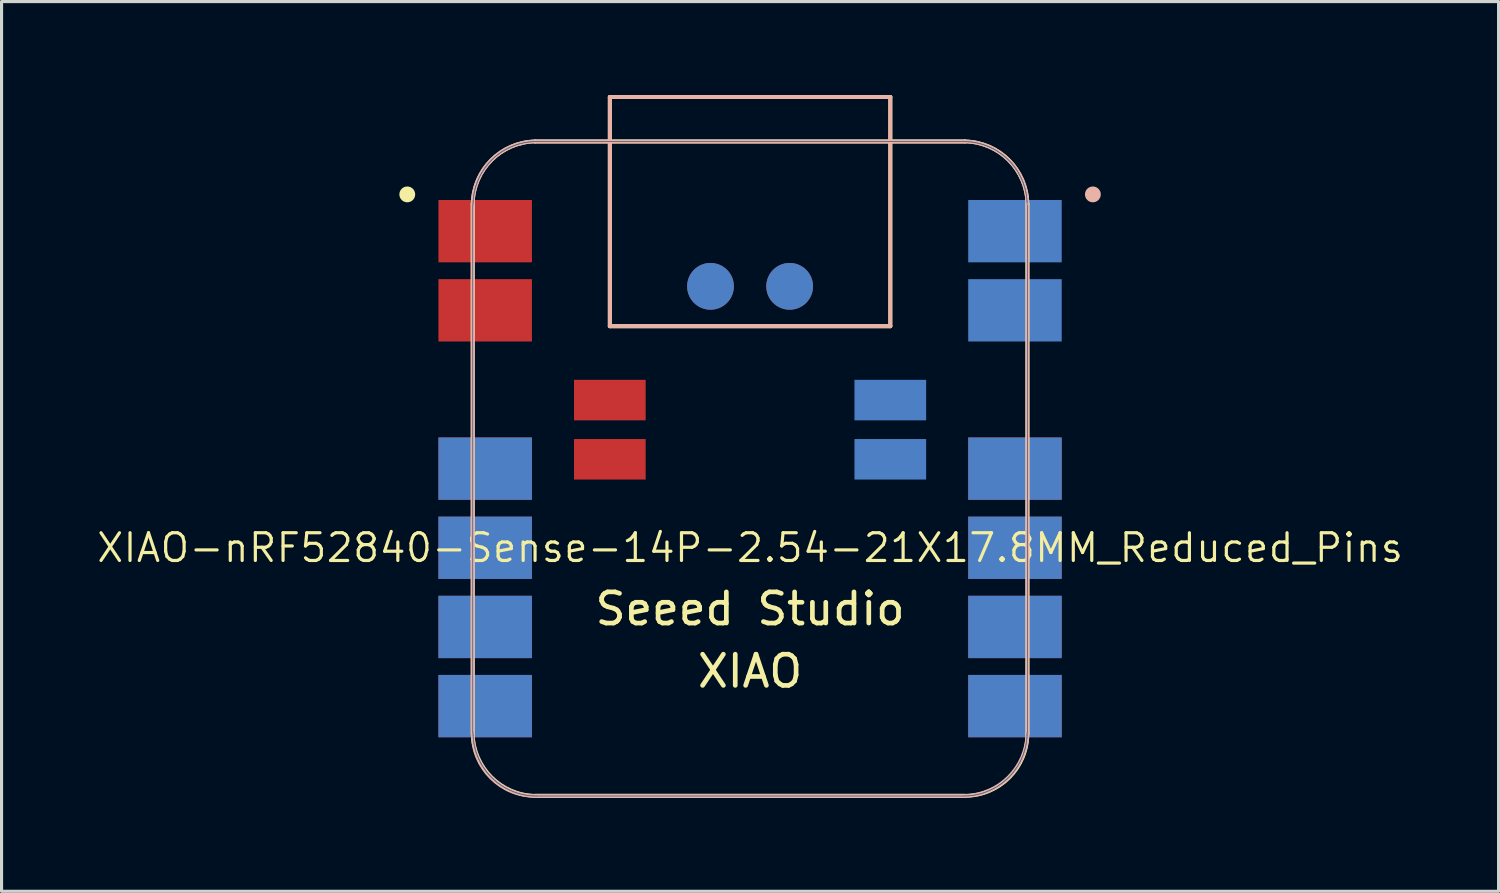
<source format=kicad_pcb>
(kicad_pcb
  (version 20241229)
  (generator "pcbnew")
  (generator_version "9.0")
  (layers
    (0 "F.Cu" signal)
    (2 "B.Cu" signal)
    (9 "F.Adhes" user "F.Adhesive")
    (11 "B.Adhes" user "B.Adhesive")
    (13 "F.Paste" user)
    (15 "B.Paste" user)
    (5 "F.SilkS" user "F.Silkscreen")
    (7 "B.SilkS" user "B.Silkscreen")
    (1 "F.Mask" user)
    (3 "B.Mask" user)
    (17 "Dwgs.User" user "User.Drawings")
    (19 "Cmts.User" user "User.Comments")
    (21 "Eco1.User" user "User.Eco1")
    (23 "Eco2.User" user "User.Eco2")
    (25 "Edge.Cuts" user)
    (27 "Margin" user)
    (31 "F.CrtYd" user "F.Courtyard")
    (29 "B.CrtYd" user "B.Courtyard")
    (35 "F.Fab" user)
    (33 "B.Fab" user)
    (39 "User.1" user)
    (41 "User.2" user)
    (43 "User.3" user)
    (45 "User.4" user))
  (footprint "XIAO-nRF52840-Sense-14P-2.54-21X17.8MM_Reduced_Pins"
    (layer "F.Cu")
    (at 21.019 11.988)
    (property "Reference" "XIAO-nRF52840-Sense-14P-2.54-21X17.8MM_Reduced_Pins" (at 0 2.54 0) (layer "F.SilkS") (effects (font (size 0.889 0.889) (thickness 0.102))))
    (attr smd)
    (fp_line (start -8.9 -8.5) (end -8.9 8.5) (stroke (width 0.127) (type solid)) (layer "F.SilkS"))
    (fp_line (start -6.9 10.5) (end 6.9 10.5) (stroke (width 0.127) (type solid)) (layer "F.SilkS"))
    (fp_line (start -4.5 -11.924) (end 4.5 -11.924) (stroke (width 0.127) (type solid)) (layer "F.SilkS"))
    (fp_line (start -4.5 -4.571) (end -4.5 -11.924) (stroke (width 0.127) (type solid)) (layer "F.SilkS"))
    (fp_line (start 4.5 -11.924) (end 4.5 -4.571) (stroke (width 0.127) (type solid)) (layer "F.SilkS"))
    (fp_line (start 4.5 -4.571) (end -4.5 -4.571) (stroke (width 0.127) (type solid)) (layer "F.SilkS"))
    (fp_line (start 6.9 -10.499) (end -6.9 -10.499) (stroke (width 0.127) (type solid)) (layer "F.SilkS"))
    (fp_line (start 8.9 8.5) (end 8.9 -8.5) (stroke (width 0.127) (type solid)) (layer "F.SilkS"))
    (fp_arc (start -8.9 -8.5) (mid -8.301491 -9.901491) (end -6.9 -10.5) (stroke (width 0.12) (type solid)) (layer "F.SilkS"))
    (fp_arc (start -6.9 10.5) (mid -8.301423 9.901423) (end -8.9 8.5) (stroke (width 0.12) (type solid)) (layer "F.SilkS"))
    (fp_arc (start 6.9 -10.5) (mid 8.301491 -9.901491) (end 8.9 -8.5) (stroke (width 0.12) (type solid)) (layer "F.SilkS"))
    (fp_arc (start 8.9 8.5) (mid 8.314214 9.914214) (end 6.9 10.5) (stroke (width 0.12) (type solid)) (layer "F.SilkS"))
    (fp_circle (center -11 -8.8) (end -11 -9.054) (stroke (width 0) (type solid)) (fill yes) (layer "F.SilkS"))
    (fp_poly (pts (xy -8.888 -8.562) (xy -8.885 -8.61) (xy -8.881 -8.659)) (stroke (width 0.025) (type solid)) (fill no) (layer "F.SilkS"))
    (fp_poly (pts (xy 8.889 8.522) (xy 8.888 8.571) (xy 8.885 8.62) (xy 8.881 8.669) (xy 8.875 8.717) (xy 8.869 8.766) (xy 8.861 8.815) (xy 8.852 8.863) (xy 8.842 8.911)) (stroke (width 0.025) (type solid)) (fill no) (layer "F.SilkS"))
    (fp_line (start -8.9 8.5) (end -8.9 -8.5) (stroke (width 0.127) (type solid)) (layer "B.SilkS"))
    (fp_line (start -6.9 -10.499) (end 6.9 -10.499) (stroke (width 0.127) (type solid)) (layer "B.SilkS"))
    (fp_line (start -4.5 -11.924) (end -4.5 -4.571) (stroke (width 0.127) (type solid)) (layer "B.SilkS"))
    (fp_line (start -4.5 -4.571) (end 4.5 -4.571) (stroke (width 0.127) (type solid)) (layer "B.SilkS"))
    (fp_line (start 4.5 -11.924) (end -4.5 -11.924) (stroke (width 0.127) (type solid)) (layer "B.SilkS"))
    (fp_line (start 4.5 -4.571) (end 4.5 -11.924) (stroke (width 0.127) (type solid)) (layer "B.SilkS"))
    (fp_line (start 6.9 10.5) (end -6.9 10.5) (stroke (width 0.127) (type solid)) (layer "B.SilkS"))
    (fp_line (start 8.9 -8.5) (end 8.9 8.5) (stroke (width 0.127) (type solid)) (layer "B.SilkS"))
    (fp_arc (start -8.9 -8.5) (mid -8.301492 -9.901492) (end -6.9 -10.5) (stroke (width 0.12) (type solid)) (layer "B.SilkS"))
    (fp_arc (start -6.9 10.5) (mid -8.314214 9.914214) (end -8.9 8.5) (stroke (width 0.12) (type solid)) (layer "B.SilkS"))
    (fp_arc (start 6.9 -10.5) (mid 8.301491 -9.901491) (end 8.9 -8.5) (stroke (width 0.12) (type solid)) (layer "B.SilkS"))
    (fp_arc (start 8.9 8.5) (mid 8.301423 9.901423) (end 6.9 10.5) (stroke (width 0.12) (type solid)) (layer "B.SilkS"))
    (fp_circle (center 11 -8.8) (end 11 -9.054) (stroke (width 0) (type solid)) (fill yes) (layer "B.SilkS"))
    (fp_poly (pts (xy 8.888 -8.562) (xy 8.885 -8.61) (xy 8.881 -8.659)) (stroke (width 0.025) (type solid)) (fill no) (layer "B.SilkS"))
    (fp_poly (pts (xy -8.889 8.522) (xy -8.888 8.571) (xy -8.885 8.62) (xy -8.881 8.669) (xy -8.875 8.717) (xy -8.869 8.766) (xy -8.861 8.815) (xy -8.852 8.863) (xy -8.842 8.911)) (stroke (width 0.025) (type solid)) (fill no) (layer "B.SilkS"))
    (fp_line (start -8.9 8.473) (end -8.9 -8.463) (stroke (width 0.025) (type solid)) (layer "B.Fab"))
    (fp_line (start -8.89 -8.463) (end -8.889 -8.512) (stroke (width 0.025) (type solid)) (layer "B.Fab"))
    (fp_line (start -8.889 -8.512) (end -8.888 -8.562) (stroke (width 0.025) (type solid)) (layer "B.Fab"))
    (fp_line (start -8.889 8.522) (end -8.89 8.473) (stroke (width 0.025) (type solid)) (layer "B.Fab"))
    (fp_line (start -8.888 -8.562) (end -8.885 -8.61) (stroke (width 0.025) (type solid)) (layer "B.Fab"))
    (fp_line (start -8.888 8.571) (end -8.889 8.522) (stroke (width 0.025) (type solid)) (layer "B.Fab"))
    (fp_line (start -8.885 -8.61) (end -8.881 -8.659) (stroke (width 0.025) (type solid)) (layer "B.Fab"))
    (fp_line (start -8.885 8.62) (end -8.888 8.571) (stroke (width 0.025) (type solid)) (layer "B.Fab"))
    (fp_line (start -8.881 -8.659) (end -8.875 -8.708) (stroke (width 0.025) (type solid)) (layer "B.Fab"))
    (fp_line (start -8.881 8.669) (end -8.885 8.62) (stroke (width 0.025) (type solid)) (layer "B.Fab"))
    (fp_line (start -8.875 -8.708) (end -8.869 -8.757) (stroke (width 0.025) (type solid)) (layer "B.Fab"))
    (fp_line (start -8.875 8.717) (end -8.881 8.669) (stroke (width 0.025) (type solid)) (layer "B.Fab"))
    (fp_line (start -8.869 -8.757) (end -8.861 -8.806) (stroke (width 0.025) (type solid)) (layer "B.Fab"))
    (fp_line (start -8.869 8.766) (end -8.875 8.717) (stroke (width 0.025) (type solid)) (layer "B.Fab"))
    (fp_line (start -8.861 -8.806) (end -8.852 -8.854) (stroke (width 0.025) (type solid)) (layer "B.Fab"))
    (fp_line (start -8.861 8.815) (end -8.869 8.766) (stroke (width 0.025) (type solid)) (layer "B.Fab"))
    (fp_line (start -8.852 -8.854) (end -8.842 -8.902) (stroke (width 0.025) (type solid)) (layer "B.Fab"))
    (fp_line (start -8.852 8.863) (end -8.861 8.815) (stroke (width 0.025) (type solid)) (layer "B.Fab"))
    (fp_line (start -8.842 -8.902) (end -8.831 -8.95) (stroke (width 0.025) (type solid)) (layer "B.Fab"))
    (fp_line (start -8.842 8.911) (end -8.852 8.863) (stroke (width 0.025) (type solid)) (layer "B.Fab"))
    (fp_line (start -8.831 -8.95) (end -8.819 -8.997) (stroke (width 0.025) (type solid)) (layer "B.Fab"))
    (fp_line (start -8.831 8.959) (end -8.842 8.911) (stroke (width 0.025) (type solid)) (layer "B.Fab"))
    (fp_line (start -8.819 -8.997) (end -8.805 -9.045) (stroke (width 0.025) (type solid)) (layer "B.Fab"))
    (fp_line (start -8.819 9.006) (end -8.831 8.959) (stroke (width 0.025) (type solid)) (layer "B.Fab"))
    (fp_line (start -8.805 -9.045) (end -8.79 -9.091) (stroke (width 0.025) (type solid)) (layer "B.Fab"))
    (fp_line (start -8.805 9.054) (end -8.819 9.006) (stroke (width 0.025) (type solid)) (layer "B.Fab"))
    (fp_line (start -8.79 -9.091) (end -8.775 -9.138) (stroke (width 0.025) (type solid)) (layer "B.Fab"))
    (fp_line (start -8.79 9.1) (end -8.805 9.054) (stroke (width 0.025) (type solid)) (layer "B.Fab"))
    (fp_line (start -8.775 -9.138) (end -8.758 -9.184) (stroke (width 0.025) (type solid)) (layer "B.Fab"))
    (fp_line (start -8.775 9.147) (end -8.79 9.1) (stroke (width 0.025) (type solid)) (layer "B.Fab"))
    (fp_line (start -8.758 -9.184) (end -8.74 -9.23) (stroke (width 0.025) (type solid)) (layer "B.Fab"))
    (fp_line (start -8.758 9.193) (end -8.775 9.147) (stroke (width 0.025) (type solid)) (layer "B.Fab"))
    (fp_line (start -8.74 -9.23) (end -8.721 -9.275) (stroke (width 0.025) (type solid)) (layer "B.Fab"))
    (fp_line (start -8.74 9.239) (end -8.758 9.193) (stroke (width 0.025) (type solid)) (layer "B.Fab"))
    (fp_line (start -8.721 -9.275) (end -8.701 -9.32) (stroke (width 0.025) (type solid)) (layer "B.Fab"))
    (fp_line (start -8.721 9.284) (end -8.74 9.239) (stroke (width 0.025) (type solid)) (layer "B.Fab"))
    (fp_line (start -8.701 -9.32) (end -8.679 -9.364) (stroke (width 0.025) (type solid)) (layer "B.Fab"))
    (fp_line (start -8.701 9.329) (end -8.721 9.284) (stroke (width 0.025) (type solid)) (layer "B.Fab"))
    (fp_line (start -8.679 -9.364) (end -8.657 -9.408) (stroke (width 0.025) (type solid)) (layer "B.Fab"))
    (fp_line (start -8.679 9.373) (end -8.701 9.329) (stroke (width 0.025) (type solid)) (layer "B.Fab"))
    (fp_line (start -8.657 -9.408) (end -8.634 -9.451) (stroke (width 0.025) (type solid)) (layer "B.Fab"))
    (fp_line (start -8.657 9.417) (end -8.679 9.373) (stroke (width 0.025) (type solid)) (layer "B.Fab"))
    (fp_line (start -8.634 -9.451) (end -8.61 -9.494) (stroke (width 0.025) (type solid)) (layer "B.Fab"))
    (fp_line (start -8.634 9.46) (end -8.657 9.417) (stroke (width 0.025) (type solid)) (layer "B.Fab"))
    (fp_line (start -8.61 -9.494) (end -8.584 -9.536) (stroke (width 0.025) (type solid)) (layer "B.Fab"))
    (fp_line (start -8.61 9.503) (end -8.634 9.46) (stroke (width 0.025) (type solid)) (layer "B.Fab"))
    (fp_line (start -8.584 -9.536) (end -8.558 -9.577) (stroke (width 0.025) (type solid)) (layer "B.Fab"))
    (fp_line (start -8.584 9.545) (end -8.61 9.503) (stroke (width 0.025) (type solid)) (layer "B.Fab"))
    (fp_line (start -8.558 -9.577) (end -8.53 -9.618) (stroke (width 0.025) (type solid)) (layer "B.Fab"))
    (fp_line (start -8.558 9.586) (end -8.584 9.545) (stroke (width 0.025) (type solid)) (layer "B.Fab"))
    (fp_line (start -8.53 -9.618) (end -8.502 -9.658) (stroke (width 0.025) (type solid)) (layer "B.Fab"))
    (fp_line (start -8.53 9.627) (end -8.558 9.586) (stroke (width 0.025) (type solid)) (layer "B.Fab"))
    (fp_line (start -8.502 -9.658) (end -8.473 -9.697) (stroke (width 0.025) (type solid)) (layer "B.Fab"))
    (fp_line (start -8.502 9.667) (end -8.53 9.627) (stroke (width 0.025) (type solid)) (layer "B.Fab"))
    (fp_line (start -8.473 -9.697) (end -8.442 -9.736) (stroke (width 0.025) (type solid)) (layer "B.Fab"))
    (fp_line (start -8.473 9.706) (end -8.502 9.667) (stroke (width 0.025) (type solid)) (layer "B.Fab"))
    (fp_line (start -8.442 -9.736) (end -8.411 -9.774) (stroke (width 0.025) (type solid)) (layer "B.Fab"))
    (fp_line (start -8.442 9.745) (end -8.473 9.706) (stroke (width 0.025) (type solid)) (layer "B.Fab"))
    (fp_line (start -8.411 -9.774) (end -8.379 -9.811) (stroke (width 0.025) (type solid)) (layer "B.Fab"))
    (fp_line (start -8.411 9.783) (end -8.442 9.745) (stroke (width 0.025) (type solid)) (layer "B.Fab"))
    (fp_line (start -8.379 -9.811) (end -8.346 -9.847) (stroke (width 0.025) (type solid)) (layer "B.Fab"))
    (fp_line (start -8.379 9.82) (end -8.411 9.783) (stroke (width 0.025) (type solid)) (layer "B.Fab"))
    (fp_line (start -8.346 -9.847) (end -8.312 -9.883) (stroke (width 0.025) (type solid)) (layer "B.Fab"))
    (fp_line (start -8.346 9.856) (end -8.379 9.82) (stroke (width 0.025) (type solid)) (layer "B.Fab"))
    (fp_line (start -8.312 -9.883) (end -8.277 -9.918) (stroke (width 0.025) (type solid)) (layer "B.Fab"))
    (fp_line (start -8.312 9.892) (end -8.346 9.856) (stroke (width 0.025) (type solid)) (layer "B.Fab"))
    (fp_line (start -8.277 -9.918) (end -8.242 -9.951) (stroke (width 0.025) (type solid)) (layer "B.Fab"))
    (fp_line (start -8.277 9.927) (end -8.312 9.892) (stroke (width 0.025) (type solid)) (layer "B.Fab"))
    (fp_line (start -8.242 -9.951) (end -8.205 -9.984) (stroke (width 0.025) (type solid)) (layer "B.Fab"))
    (fp_line (start -8.242 9.96) (end -8.277 9.927) (stroke (width 0.025) (type solid)) (layer "B.Fab"))
    (fp_line (start -8.205 -9.984) (end -8.168 -10.017) (stroke (width 0.025) (type solid)) (layer "B.Fab"))
    (fp_line (start -8.205 9.994) (end -8.242 9.96) (stroke (width 0.025) (type solid)) (layer "B.Fab"))
    (fp_line (start -8.168 -10.017) (end -8.13 -10.048) (stroke (width 0.025) (type solid)) (layer "B.Fab"))
    (fp_line (start -8.168 10.026) (end -8.205 9.994) (stroke (width 0.025) (type solid)) (layer "B.Fab"))
    (fp_line (start -8.13 -10.048) (end -8.092 -10.078) (stroke (width 0.025) (type solid)) (layer "B.Fab"))
    (fp_line (start -8.13 10.057) (end -8.168 10.026) (stroke (width 0.025) (type solid)) (layer "B.Fab"))
    (fp_line (start -8.092 -10.078) (end -8.052 -10.107) (stroke (width 0.025) (type solid)) (layer "B.Fab"))
    (fp_line (start -8.092 10.087) (end -8.13 10.057) (stroke (width 0.025) (type solid)) (layer "B.Fab"))
    (fp_line (start -8.052 -10.107) (end -8.012 -10.136) (stroke (width 0.025) (type solid)) (layer "B.Fab"))
    (fp_line (start -8.052 10.116) (end -8.092 10.087) (stroke (width 0.025) (type solid)) (layer "B.Fab"))
    (fp_line (start -8.012 -10.136) (end -7.972 -10.163) (stroke (width 0.025) (type solid)) (layer "B.Fab"))
    (fp_line (start -8.012 10.145) (end -8.052 10.116) (stroke (width 0.025) (type solid)) (layer "B.Fab"))
    (fp_line (start -7.972 -10.163) (end -7.93 -10.19) (stroke (width 0.025) (type solid)) (layer "B.Fab"))
    (fp_line (start -7.972 10.172) (end -8.012 10.145) (stroke (width 0.025) (type solid)) (layer "B.Fab"))
    (fp_line (start -7.93 -10.19) (end -7.888 -10.215) (stroke (width 0.025) (type solid)) (layer "B.Fab"))
    (fp_line (start -7.93 10.199) (end -7.972 10.172) (stroke (width 0.025) (type solid)) (layer "B.Fab"))
    (fp_line (start -7.888 -10.215) (end -7.846 -10.239) (stroke (width 0.025) (type solid)) (layer "B.Fab"))
    (fp_line (start -7.888 10.224) (end -7.93 10.199) (stroke (width 0.025) (type solid)) (layer "B.Fab"))
    (fp_line (start -7.846 -10.239) (end -7.802 -10.263) (stroke (width 0.025) (type solid)) (layer "B.Fab"))
    (fp_line (start -7.846 10.249) (end -7.888 10.224) (stroke (width 0.025) (type solid)) (layer "B.Fab"))
    (fp_line (start -7.802 -10.263) (end -7.759 -10.285) (stroke (width 0.025) (type solid)) (layer "B.Fab"))
    (fp_line (start -7.802 10.272) (end -7.846 10.249) (stroke (width 0.025) (type solid)) (layer "B.Fab"))
    (fp_line (start -7.759 -10.285) (end -7.714 -10.306) (stroke (width 0.025) (type solid)) (layer "B.Fab"))
    (fp_line (start -7.759 10.294) (end -7.802 10.272) (stroke (width 0.025) (type solid)) (layer "B.Fab"))
    (fp_line (start -7.714 -10.306) (end -7.67 -10.326) (stroke (width 0.025) (type solid)) (layer "B.Fab"))
    (fp_line (start -7.714 10.315) (end -7.759 10.294) (stroke (width 0.025) (type solid)) (layer "B.Fab"))
    (fp_line (start -7.67 -10.326) (end -7.624 -10.345) (stroke (width 0.025) (type solid)) (layer "B.Fab"))
    (fp_line (start -7.67 10.335) (end -7.714 10.315) (stroke (width 0.025) (type solid)) (layer "B.Fab"))
    (fp_line (start -7.624 -10.345) (end -7.579 -10.363) (stroke (width 0.025) (type solid)) (layer "B.Fab"))
    (fp_line (start -7.624 10.354) (end -7.67 10.335) (stroke (width 0.025) (type solid)) (layer "B.Fab"))
    (fp_line (start -7.579 -10.363) (end -7.532 -10.38) (stroke (width 0.025) (type solid)) (layer "B.Fab"))
    (fp_line (start -7.579 10.372) (end -7.624 10.354) (stroke (width 0.025) (type solid)) (layer "B.Fab"))
    (fp_line (start -7.532 -10.38) (end -7.486 -10.396) (stroke (width 0.025) (type solid)) (layer "B.Fab"))
    (fp_line (start -7.532 10.389) (end -7.579 10.372) (stroke (width 0.025) (type solid)) (layer "B.Fab"))
    (fp_line (start -7.486 -10.396) (end -7.439 -10.411) (stroke (width 0.025) (type solid)) (layer "B.Fab"))
    (fp_line (start -7.486 10.405) (end -7.532 10.389) (stroke (width 0.025) (type solid)) (layer "B.Fab"))
    (fp_line (start -7.439 -10.411) (end -7.392 -10.424) (stroke (width 0.025) (type solid)) (layer "B.Fab"))
    (fp_line (start -7.439 10.42) (end -7.486 10.405) (stroke (width 0.025) (type solid)) (layer "B.Fab"))
    (fp_line (start -7.392 -10.424) (end -7.344 -10.436) (stroke (width 0.025) (type solid)) (layer "B.Fab"))
    (fp_line (start -7.392 10.433) (end -7.439 10.42) (stroke (width 0.025) (type solid)) (layer "B.Fab"))
    (fp_line (start -7.344 -10.436) (end -7.296 -10.448) (stroke (width 0.025) (type solid)) (layer "B.Fab"))
    (fp_line (start -7.344 10.446) (end -7.392 10.433) (stroke (width 0.025) (type solid)) (layer "B.Fab"))
    (fp_line (start -7.296 -10.448) (end -7.248 -10.458) (stroke (width 0.025) (type solid)) (layer "B.Fab"))
    (fp_line (start -7.296 10.457) (end -7.344 10.446) (stroke (width 0.025) (type solid)) (layer "B.Fab"))
    (fp_line (start -7.248 -10.458) (end -7.2 -10.466) (stroke (width 0.025) (type solid)) (layer "B.Fab"))
    (fp_line (start -7.248 10.467) (end -7.296 10.457) (stroke (width 0.025) (type solid)) (layer "B.Fab"))
    (fp_line (start -7.2 -10.466) (end -7.152 -10.474) (stroke (width 0.025) (type solid)) (layer "B.Fab"))
    (fp_line (start -7.2 10.476) (end -7.248 10.467) (stroke (width 0.025) (type solid)) (layer "B.Fab"))
    (fp_line (start -7.152 -10.474) (end -7.103 -10.481) (stroke (width 0.025) (type solid)) (layer "B.Fab"))
    (fp_line (start -7.152 10.483) (end -7.2 10.476) (stroke (width 0.025) (type solid)) (layer "B.Fab"))
    (fp_line (start -7.103 -10.481) (end -7.054 -10.486) (stroke (width 0.025) (type solid)) (layer "B.Fab"))
    (fp_line (start -7.103 10.49) (end -7.152 10.483) (stroke (width 0.025) (type solid)) (layer "B.Fab"))
    (fp_line (start -7.054 -10.486) (end -7.005 -10.49) (stroke (width 0.025) (type solid)) (layer "B.Fab"))
    (fp_line (start -7.054 10.495) (end -7.103 10.49) (stroke (width 0.025) (type solid)) (layer "B.Fab"))
    (fp_line (start -7.005 -10.49) (end -6.956 -10.493) (stroke (width 0.025) (type solid)) (layer "B.Fab"))
    (fp_line (start -7.005 10.499) (end -7.054 10.495) (stroke (width 0.025) (type solid)) (layer "B.Fab"))
    (fp_line (start -6.956 -10.493) (end -6.907 -10.495) (stroke (width 0.025) (type solid)) (layer "B.Fab"))
    (fp_line (start -6.956 10.502) (end -7.005 10.499) (stroke (width 0.025) (type solid)) (layer "B.Fab"))
    (fp_line (start -6.907 -10.495) (end -6.858 -10.495) (stroke (width 0.025) (type solid)) (layer "B.Fab"))
    (fp_line (start -6.907 10.504) (end -6.956 10.502) (stroke (width 0.025) (type solid)) (layer "B.Fab"))
    (fp_line (start -6.858 -10.495) (end 6.858 -10.495) (stroke (width 0.025) (type solid)) (layer "B.Fab"))
    (fp_line (start -6.858 10.505) (end -6.907 10.504) (stroke (width 0.025) (type solid)) (layer "B.Fab"))
    (fp_line (start 6.858 -10.495) (end 6.907 -10.495) (stroke (width 0.025) (type solid)) (layer "B.Fab"))
    (fp_line (start 6.858 10.505) (end -6.858 10.505) (stroke (width 0.025) (type solid)) (layer "B.Fab"))
    (fp_line (start 6.907 -10.495) (end 6.956 -10.493) (stroke (width 0.025) (type solid)) (layer "B.Fab"))
    (fp_line (start 6.907 10.504) (end 6.858 10.505) (stroke (width 0.025) (type solid)) (layer "B.Fab"))
    (fp_line (start 6.956 -10.493) (end 7.005 -10.49) (stroke (width 0.025) (type solid)) (layer "B.Fab"))
    (fp_line (start 6.956 10.502) (end 6.907 10.504) (stroke (width 0.025) (type solid)) (layer "B.Fab"))
    (fp_line (start 7.005 -10.49) (end 7.054 -10.486) (stroke (width 0.025) (type solid)) (layer "B.Fab"))
    (fp_line (start 7.005 10.499) (end 6.956 10.502) (stroke (width 0.025) (type solid)) (layer "B.Fab"))
    (fp_line (start 7.054 -10.486) (end 7.103 -10.481) (stroke (width 0.025) (type solid)) (layer "B.Fab"))
    (fp_line (start 7.054 10.495) (end 7.005 10.499) (stroke (width 0.025) (type solid)) (layer "B.Fab"))
    (fp_line (start 7.103 -10.481) (end 7.152 -10.474) (stroke (width 0.025) (type solid)) (layer "B.Fab"))
    (fp_line (start 7.103 10.49) (end 7.054 10.495) (stroke (width 0.025) (type solid)) (layer "B.Fab"))
    (fp_line (start 7.152 -10.474) (end 7.2 -10.466) (stroke (width 0.025) (type solid)) (layer "B.Fab"))
    (fp_line (start 7.152 10.483) (end 7.103 10.49) (stroke (width 0.025) (type solid)) (layer "B.Fab"))
    (fp_line (start 7.2 -10.466) (end 7.248 -10.458) (stroke (width 0.025) (type solid)) (layer "B.Fab"))
    (fp_line (start 7.2 10.476) (end 7.152 10.483) (stroke (width 0.025) (type solid)) (layer "B.Fab"))
    (fp_line (start 7.248 -10.458) (end 7.296 -10.448) (stroke (width 0.025) (type solid)) (layer "B.Fab"))
    (fp_line (start 7.248 10.467) (end 7.2 10.476) (stroke (width 0.025) (type solid)) (layer "B.Fab"))
    (fp_line (start 7.296 -10.448) (end 7.344 -10.436) (stroke (width 0.025) (type solid)) (layer "B.Fab"))
    (fp_line (start 7.296 10.457) (end 7.248 10.467) (stroke (width 0.025) (type solid)) (layer "B.Fab"))
    (fp_line (start 7.344 -10.436) (end 7.392 -10.424) (stroke (width 0.025) (type solid)) (layer "B.Fab"))
    (fp_line (start 7.344 10.446) (end 7.296 10.457) (stroke (width 0.025) (type solid)) (layer "B.Fab"))
    (fp_line (start 7.392 -10.424) (end 7.439 -10.411) (stroke (width 0.025) (type solid)) (layer "B.Fab"))
    (fp_line (start 7.392 10.433) (end 7.344 10.446) (stroke (width 0.025) (type solid)) (layer "B.Fab"))
    (fp_line (start 7.439 -10.411) (end 7.486 -10.396) (stroke (width 0.025) (type solid)) (layer "B.Fab"))
    (fp_line (start 7.439 10.42) (end 7.392 10.433) (stroke (width 0.025) (type solid)) (layer "B.Fab"))
    (fp_line (start 7.486 -10.396) (end 7.532 -10.38) (stroke (width 0.025) (type solid)) (layer "B.Fab"))
    (fp_line (start 7.486 10.405) (end 7.439 10.42) (stroke (width 0.025) (type solid)) (layer "B.Fab"))
    (fp_line (start 7.532 -10.38) (end 7.579 -10.363) (stroke (width 0.025) (type solid)) (layer "B.Fab"))
    (fp_line (start 7.532 10.389) (end 7.486 10.405) (stroke (width 0.025) (type solid)) (layer "B.Fab"))
    (fp_line (start 7.579 -10.363) (end 7.624 -10.345) (stroke (width 0.025) (type solid)) (layer "B.Fab"))
    (fp_line (start 7.579 10.372) (end 7.532 10.389) (stroke (width 0.025) (type solid)) (layer "B.Fab"))
    (fp_line (start 7.624 -10.345) (end 7.67 -10.326) (stroke (width 0.025) (type solid)) (layer "B.Fab"))
    (fp_line (start 7.624 10.354) (end 7.579 10.372) (stroke (width 0.025) (type solid)) (layer "B.Fab"))
    (fp_line (start 7.67 -10.326) (end 7.714 -10.306) (stroke (width 0.025) (type solid)) (layer "B.Fab"))
    (fp_line (start 7.67 10.335) (end 7.624 10.354) (stroke (width 0.025) (type solid)) (layer "B.Fab"))
    (fp_line (start 7.714 -10.306) (end 7.759 -10.285) (stroke (width 0.025) (type solid)) (layer "B.Fab"))
    (fp_line (start 7.714 10.315) (end 7.67 10.335) (stroke (width 0.025) (type solid)) (layer "B.Fab"))
    (fp_line (start 7.759 -10.285) (end 7.802 -10.263) (stroke (width 0.025) (type solid)) (layer "B.Fab"))
    (fp_line (start 7.759 10.294) (end 7.714 10.315) (stroke (width 0.025) (type solid)) (layer "B.Fab"))
    (fp_line (start 7.802 -10.263) (end 7.846 -10.239) (stroke (width 0.025) (type solid)) (layer "B.Fab"))
    (fp_line (start 7.802 10.272) (end 7.759 10.294) (stroke (width 0.025) (type solid)) (layer "B.Fab"))
    (fp_line (start 7.846 -10.239) (end 7.888 -10.215) (stroke (width 0.025) (type solid)) (layer "B.Fab"))
    (fp_line (start 7.846 10.249) (end 7.802 10.272) (stroke (width 0.025) (type solid)) (layer "B.Fab"))
    (fp_line (start 7.888 -10.215) (end 7.93 -10.19) (stroke (width 0.025) (type solid)) (layer "B.Fab"))
    (fp_line (start 7.888 10.224) (end 7.846 10.249) (stroke (width 0.025) (type solid)) (layer "B.Fab"))
    (fp_line (start 7.93 -10.19) (end 7.972 -10.163) (stroke (width 0.025) (type solid)) (layer "B.Fab"))
    (fp_line (start 7.93 10.199) (end 7.888 10.224) (stroke (width 0.025) (type solid)) (layer "B.Fab"))
    (fp_line (start 7.972 -10.163) (end 8.012 -10.136) (stroke (width 0.025) (type solid)) (layer "B.Fab"))
    (fp_line (start 7.972 10.172) (end 7.93 10.199) (stroke (width 0.025) (type solid)) (layer "B.Fab"))
    (fp_line (start 8.012 -10.136) (end 8.052 -10.107) (stroke (width 0.025) (type solid)) (layer "B.Fab"))
    (fp_line (start 8.012 10.145) (end 7.972 10.172) (stroke (width 0.025) (type solid)) (layer "B.Fab"))
    (fp_line (start 8.052 -10.107) (end 8.092 -10.078) (stroke (width 0.025) (type solid)) (layer "B.Fab"))
    (fp_line (start 8.052 10.116) (end 8.012 10.145) (stroke (width 0.025) (type solid)) (layer "B.Fab"))
    (fp_line (start 8.092 -10.078) (end 8.13 -10.048) (stroke (width 0.025) (type solid)) (layer "B.Fab"))
    (fp_line (start 8.092 10.087) (end 8.052 10.116) (stroke (width 0.025) (type solid)) (layer "B.Fab"))
    (fp_line (start 8.13 -10.048) (end 8.168 -10.017) (stroke (width 0.025) (type solid)) (layer "B.Fab"))
    (fp_line (start 8.13 10.057) (end 8.092 10.087) (stroke (width 0.025) (type solid)) (layer "B.Fab"))
    (fp_line (start 8.168 -10.017) (end 8.205 -9.984) (stroke (width 0.025) (type solid)) (layer "B.Fab"))
    (fp_line (start 8.168 10.026) (end 8.13 10.057) (stroke (width 0.025) (type solid)) (layer "B.Fab"))
    (fp_line (start 8.205 -9.984) (end 8.242 -9.951) (stroke (width 0.025) (type solid)) (layer "B.Fab"))
    (fp_line (start 8.205 9.994) (end 8.168 10.026) (stroke (width 0.025) (type solid)) (layer "B.Fab"))
    (fp_line (start 8.242 -9.951) (end 8.277 -9.918) (stroke (width 0.025) (type solid)) (layer "B.Fab"))
    (fp_line (start 8.242 9.96) (end 8.205 9.994) (stroke (width 0.025) (type solid)) (layer "B.Fab"))
    (fp_line (start 8.277 -9.918) (end 8.312 -9.883) (stroke (width 0.025) (type solid)) (layer "B.Fab"))
    (fp_line (start 8.277 9.927) (end 8.242 9.96) (stroke (width 0.025) (type solid)) (layer "B.Fab"))
    (fp_line (start 8.312 -9.883) (end 8.346 -9.847) (stroke (width 0.025) (type solid)) (layer "B.Fab"))
    (fp_line (start 8.312 9.892) (end 8.277 9.927) (stroke (width 0.025) (type solid)) (layer "B.Fab"))
    (fp_line (start 8.346 -9.847) (end 8.379 -9.811) (stroke (width 0.025) (type solid)) (layer "B.Fab"))
    (fp_line (start 8.346 9.856) (end 8.312 9.892) (stroke (width 0.025) (type solid)) (layer "B.Fab"))
    (fp_line (start 8.379 -9.811) (end 8.411 -9.774) (stroke (width 0.025) (type solid)) (layer "B.Fab"))
    (fp_line (start 8.379 9.82) (end 8.346 9.856) (stroke (width 0.025) (type solid)) (layer "B.Fab"))
    (fp_line (start 8.411 -9.774) (end 8.442 -9.736) (stroke (width 0.025) (type solid)) (layer "B.Fab"))
    (fp_line (start 8.411 9.783) (end 8.379 9.82) (stroke (width 0.025) (type solid)) (layer "B.Fab"))
    (fp_line (start 8.442 -9.736) (end 8.473 -9.697) (stroke (width 0.025) (type solid)) (layer "B.Fab"))
    (fp_line (start 8.442 9.745) (end 8.411 9.783) (stroke (width 0.025) (type solid)) (layer "B.Fab"))
    (fp_line (start 8.473 -9.697) (end 8.502 -9.658) (stroke (width 0.025) (type solid)) (layer "B.Fab"))
    (fp_line (start 8.473 9.706) (end 8.442 9.745) (stroke (width 0.025) (type solid)) (layer "B.Fab"))
    (fp_line (start 8.502 -9.658) (end 8.53 -9.618) (stroke (width 0.025) (type solid)) (layer "B.Fab"))
    (fp_line (start 8.502 9.667) (end 8.473 9.706) (stroke (width 0.025) (type solid)) (layer "B.Fab"))
    (fp_line (start 8.53 -9.618) (end 8.558 -9.577) (stroke (width 0.025) (type solid)) (layer "B.Fab"))
    (fp_line (start 8.53 9.627) (end 8.502 9.667) (stroke (width 0.025) (type solid)) (layer "B.Fab"))
    (fp_line (start 8.558 -9.577) (end 8.584 -9.536) (stroke (width 0.025) (type solid)) (layer "B.Fab"))
    (fp_line (start 8.558 9.586) (end 8.53 9.627) (stroke (width 0.025) (type solid)) (layer "B.Fab"))
    (fp_line (start 8.584 -9.536) (end 8.61 -9.494) (stroke (width 0.025) (type solid)) (layer "B.Fab"))
    (fp_line (start 8.584 9.545) (end 8.558 9.586) (stroke (width 0.025) (type solid)) (layer "B.Fab"))
    (fp_line (start 8.61 -9.494) (end 8.634 -9.451) (stroke (width 0.025) (type solid)) (layer "B.Fab"))
    (fp_line (start 8.61 9.503) (end 8.584 9.545) (stroke (width 0.025) (type solid)) (layer "B.Fab"))
    (fp_line (start 8.634 -9.451) (end 8.657 -9.408) (stroke (width 0.025) (type solid)) (layer "B.Fab"))
    (fp_line (start 8.634 9.46) (end 8.61 9.503) (stroke (width 0.025) (type solid)) (layer "B.Fab"))
    (fp_line (start 8.657 -9.408) (end 8.679 -9.364) (stroke (width 0.025) (type solid)) (layer "B.Fab"))
    (fp_line (start 8.657 9.417) (end 8.634 9.46) (stroke (width 0.025) (type solid)) (layer "B.Fab"))
    (fp_line (start 8.679 -9.364) (end 8.701 -9.32) (stroke (width 0.025) (type solid)) (layer "B.Fab"))
    (fp_line (start 8.679 9.373) (end 8.657 9.417) (stroke (width 0.025) (type solid)) (layer "B.Fab"))
    (fp_line (start 8.701 -9.32) (end 8.721 -9.275) (stroke (width 0.025) (type solid)) (layer "B.Fab"))
    (fp_line (start 8.701 9.329) (end 8.679 9.373) (stroke (width 0.025) (type solid)) (layer "B.Fab"))
    (fp_line (start 8.721 -9.275) (end 8.74 -9.23) (stroke (width 0.025) (type solid)) (layer "B.Fab"))
    (fp_line (start 8.721 9.284) (end 8.701 9.329) (stroke (width 0.025) (type solid)) (layer "B.Fab"))
    (fp_line (start 8.74 -9.23) (end 8.758 -9.184) (stroke (width 0.025) (type solid)) (layer "B.Fab"))
    (fp_line (start 8.74 9.239) (end 8.721 9.284) (stroke (width 0.025) (type solid)) (layer "B.Fab"))
    (fp_line (start 8.758 -9.184) (end 8.775 -9.138) (stroke (width 0.025) (type solid)) (layer "B.Fab"))
    (fp_line (start 8.758 9.193) (end 8.74 9.239) (stroke (width 0.025) (type solid)) (layer "B.Fab"))
    (fp_line (start 8.775 -9.138) (end 8.79 -9.091) (stroke (width 0.025) (type solid)) (layer "B.Fab"))
    (fp_line (start 8.775 9.147) (end 8.758 9.193) (stroke (width 0.025) (type solid)) (layer "B.Fab"))
    (fp_line (start 8.79 -9.091) (end 8.805 -9.045) (stroke (width 0.025) (type solid)) (layer "B.Fab"))
    (fp_line (start 8.79 9.1) (end 8.775 9.147) (stroke (width 0.025) (type solid)) (layer "B.Fab"))
    (fp_line (start 8.805 -9.045) (end 8.819 -8.997) (stroke (width 0.025) (type solid)) (layer "B.Fab"))
    (fp_line (start 8.805 9.054) (end 8.79 9.1) (stroke (width 0.025) (type solid)) (layer "B.Fab"))
    (fp_line (start 8.819 -8.997) (end 8.831 -8.95) (stroke (width 0.025) (type solid)) (layer "B.Fab"))
    (fp_line (start 8.819 9.006) (end 8.805 9.054) (stroke (width 0.025) (type solid)) (layer "B.Fab"))
    (fp_line (start 8.831 -8.95) (end 8.842 -8.902) (stroke (width 0.025) (type solid)) (layer "B.Fab"))
    (fp_line (start 8.831 8.959) (end 8.819 9.006) (stroke (width 0.025) (type solid)) (layer "B.Fab"))
    (fp_line (start 8.842 -8.902) (end 8.852 -8.854) (stroke (width 0.025) (type solid)) (layer "B.Fab"))
    (fp_line (start 8.842 8.911) (end 8.831 8.959) (stroke (width 0.025) (type solid)) (layer "B.Fab"))
    (fp_line (start 8.852 -8.854) (end 8.861 -8.806) (stroke (width 0.025) (type solid)) (layer "B.Fab"))
    (fp_line (start 8.852 8.863) (end 8.842 8.911) (stroke (width 0.025) (type solid)) (layer "B.Fab"))
    (fp_line (start 8.861 -8.806) (end 8.869 -8.757) (stroke (width 0.025) (type solid)) (layer "B.Fab"))
    (fp_line (start 8.861 8.815) (end 8.852 8.863) (stroke (width 0.025) (type solid)) (layer "B.Fab"))
    (fp_line (start 8.869 -8.757) (end 8.875 -8.708) (stroke (width 0.025) (type solid)) (layer "B.Fab"))
    (fp_line (start 8.869 8.766) (end 8.861 8.815) (stroke (width 0.025) (type solid)) (layer "B.Fab"))
    (fp_line (start 8.875 -8.708) (end 8.881 -8.659) (stroke (width 0.025) (type solid)) (layer "B.Fab"))
    (fp_line (start 8.875 8.717) (end 8.869 8.766) (stroke (width 0.025) (type solid)) (layer "B.Fab"))
    (fp_line (start 8.881 -8.659) (end 8.885 -8.61) (stroke (width 0.025) (type solid)) (layer "B.Fab"))
    (fp_line (start 8.881 8.669) (end 8.875 8.717) (stroke (width 0.025) (type solid)) (layer "B.Fab"))
    (fp_line (start 8.885 -8.61) (end 8.888 -8.562) (stroke (width 0.025) (type solid)) (layer "B.Fab"))
    (fp_line (start 8.885 8.62) (end 8.881 8.669) (stroke (width 0.025) (type solid)) (layer "B.Fab"))
    (fp_line (start 8.888 -8.562) (end 8.889 -8.512) (stroke (width 0.025) (type solid)) (layer "B.Fab"))
    (fp_line (start 8.888 8.571) (end 8.885 8.62) (stroke (width 0.025) (type solid)) (layer "B.Fab"))
    (fp_line (start 8.889 8.522) (end 8.888 8.571) (stroke (width 0.025) (type solid)) (layer "B.Fab"))
    (fp_line (start 8.89 8.473) (end 8.889 8.522) (stroke (width 0.025) (type solid)) (layer "B.Fab"))
    (fp_line (start 8.9 -8.463) (end 8.9 8.473) (stroke (width 0.025) (type solid)) (layer "B.Fab"))
    (fp_line (start -8.9 -8.463) (end -8.9 8.473) (stroke (width 0.025) (type solid)) (layer "F.Fab"))
    (fp_line (start -8.89 8.473) (end -8.889 8.522) (stroke (width 0.025) (type solid)) (layer "F.Fab"))
    (fp_line (start -8.889 8.522) (end -8.888 8.571) (stroke (width 0.025) (type solid)) (layer "F.Fab"))
    (fp_line (start -8.888 -8.562) (end -8.889 -8.512) (stroke (width 0.025) (type solid)) (layer "F.Fab"))
    (fp_line (start -8.888 8.571) (end -8.885 8.62) (stroke (width 0.025) (type solid)) (layer "F.Fab"))
    (fp_line (start -8.885 -8.61) (end -8.888 -8.562) (stroke (width 0.025) (type solid)) (layer "F.Fab"))
    (fp_line (start -8.885 8.62) (end -8.881 8.669) (stroke (width 0.025) (type solid)) (layer "F.Fab"))
    (fp_line (start -8.881 -8.659) (end -8.885 -8.61) (stroke (width 0.025) (type solid)) (layer "F.Fab"))
    (fp_line (start -8.881 8.669) (end -8.875 8.717) (stroke (width 0.025) (type solid)) (layer "F.Fab"))
    (fp_line (start -8.875 -8.708) (end -8.881 -8.659) (stroke (width 0.025) (type solid)) (layer "F.Fab"))
    (fp_line (start -8.875 8.717) (end -8.869 8.766) (stroke (width 0.025) (type solid)) (layer "F.Fab"))
    (fp_line (start -8.869 -8.757) (end -8.875 -8.708) (stroke (width 0.025) (type solid)) (layer "F.Fab"))
    (fp_line (start -8.869 8.766) (end -8.861 8.815) (stroke (width 0.025) (type solid)) (layer "F.Fab"))
    (fp_line (start -8.861 -8.806) (end -8.869 -8.757) (stroke (width 0.025) (type solid)) (layer "F.Fab"))
    (fp_line (start -8.861 8.815) (end -8.852 8.863) (stroke (width 0.025) (type solid)) (layer "F.Fab"))
    (fp_line (start -8.852 -8.854) (end -8.861 -8.806) (stroke (width 0.025) (type solid)) (layer "F.Fab"))
    (fp_line (start -8.852 8.863) (end -8.842 8.911) (stroke (width 0.025) (type solid)) (layer "F.Fab"))
    (fp_line (start -8.842 -8.902) (end -8.852 -8.854) (stroke (width 0.025) (type solid)) (layer "F.Fab"))
    (fp_line (start -8.842 8.911) (end -8.831 8.959) (stroke (width 0.025) (type solid)) (layer "F.Fab"))
    (fp_line (start -8.831 -8.95) (end -8.842 -8.902) (stroke (width 0.025) (type solid)) (layer "F.Fab"))
    (fp_line (start -8.831 8.959) (end -8.819 9.006) (stroke (width 0.025) (type solid)) (layer "F.Fab"))
    (fp_line (start -8.819 -8.997) (end -8.831 -8.95) (stroke (width 0.025) (type solid)) (layer "F.Fab"))
    (fp_line (start -8.819 9.006) (end -8.805 9.054) (stroke (width 0.025) (type solid)) (layer "F.Fab"))
    (fp_line (start -8.805 -9.045) (end -8.819 -8.997) (stroke (width 0.025) (type solid)) (layer "F.Fab"))
    (fp_line (start -8.805 9.054) (end -8.79 9.1) (stroke (width 0.025) (type solid)) (layer "F.Fab"))
    (fp_line (start -8.79 -9.091) (end -8.805 -9.045) (stroke (width 0.025) (type solid)) (layer "F.Fab"))
    (fp_line (start -8.79 9.1) (end -8.775 9.147) (stroke (width 0.025) (type solid)) (layer "F.Fab"))
    (fp_line (start -8.775 -9.138) (end -8.79 -9.091) (stroke (width 0.025) (type solid)) (layer "F.Fab"))
    (fp_line (start -8.775 9.147) (end -8.758 9.193) (stroke (width 0.025) (type solid)) (layer "F.Fab"))
    (fp_line (start -8.758 -9.184) (end -8.775 -9.138) (stroke (width 0.025) (type solid)) (layer "F.Fab"))
    (fp_line (start -8.758 9.193) (end -8.74 9.239) (stroke (width 0.025) (type solid)) (layer "F.Fab"))
    (fp_line (start -8.74 -9.23) (end -8.758 -9.184) (stroke (width 0.025) (type solid)) (layer "F.Fab"))
    (fp_line (start -8.74 9.239) (end -8.721 9.284) (stroke (width 0.025) (type solid)) (layer "F.Fab"))
    (fp_line (start -8.721 -9.275) (end -8.74 -9.23) (stroke (width 0.025) (type solid)) (layer "F.Fab"))
    (fp_line (start -8.721 9.284) (end -8.701 9.329) (stroke (width 0.025) (type solid)) (layer "F.Fab"))
    (fp_line (start -8.701 -9.32) (end -8.721 -9.275) (stroke (width 0.025) (type solid)) (layer "F.Fab"))
    (fp_line (start -8.701 9.329) (end -8.679 9.373) (stroke (width 0.025) (type solid)) (layer "F.Fab"))
    (fp_line (start -8.679 -9.364) (end -8.701 -9.32) (stroke (width 0.025) (type solid)) (layer "F.Fab"))
    (fp_line (start -8.679 9.373) (end -8.657 9.417) (stroke (width 0.025) (type solid)) (layer "F.Fab"))
    (fp_line (start -8.657 -9.408) (end -8.679 -9.364) (stroke (width 0.025) (type solid)) (layer "F.Fab"))
    (fp_line (start -8.657 9.417) (end -8.634 9.46) (stroke (width 0.025) (type solid)) (layer "F.Fab"))
    (fp_line (start -8.634 -9.451) (end -8.657 -9.408) (stroke (width 0.025) (type solid)) (layer "F.Fab"))
    (fp_line (start -8.634 9.46) (end -8.61 9.503) (stroke (width 0.025) (type solid)) (layer "F.Fab"))
    (fp_line (start -8.61 -9.494) (end -8.634 -9.451) (stroke (width 0.025) (type solid)) (layer "F.Fab"))
    (fp_line (start -8.61 9.503) (end -8.584 9.545) (stroke (width 0.025) (type solid)) (layer "F.Fab"))
    (fp_line (start -8.584 -9.536) (end -8.61 -9.494) (stroke (width 0.025) (type solid)) (layer "F.Fab"))
    (fp_line (start -8.584 9.545) (end -8.558 9.586) (stroke (width 0.025) (type solid)) (layer "F.Fab"))
    (fp_line (start -8.558 -9.577) (end -8.584 -9.536) (stroke (width 0.025) (type solid)) (layer "F.Fab"))
    (fp_line (start -8.558 9.586) (end -8.53 9.627) (stroke (width 0.025) (type solid)) (layer "F.Fab"))
    (fp_line (start -8.53 -9.618) (end -8.558 -9.577) (stroke (width 0.025) (type solid)) (layer "F.Fab"))
    (fp_line (start -8.53 9.627) (end -8.502 9.667) (stroke (width 0.025) (type solid)) (layer "F.Fab"))
    (fp_line (start -8.502 -9.658) (end -8.53 -9.618) (stroke (width 0.025) (type solid)) (layer "F.Fab"))
    (fp_line (start -8.502 9.667) (end -8.473 9.706) (stroke (width 0.025) (type solid)) (layer "F.Fab"))
    (fp_line (start -8.473 -9.697) (end -8.502 -9.658) (stroke (width 0.025) (type solid)) (layer "F.Fab"))
    (fp_line (start -8.473 9.706) (end -8.442 9.745) (stroke (width 0.025) (type solid)) (layer "F.Fab"))
    (fp_line (start -8.442 -9.736) (end -8.473 -9.697) (stroke (width 0.025) (type solid)) (layer "F.Fab"))
    (fp_line (start -8.442 9.745) (end -8.411 9.783) (stroke (width 0.025) (type solid)) (layer "F.Fab"))
    (fp_line (start -8.411 -9.774) (end -8.442 -9.736) (stroke (width 0.025) (type solid)) (layer "F.Fab"))
    (fp_line (start -8.411 9.783) (end -8.379 9.82) (stroke (width 0.025) (type solid)) (layer "F.Fab"))
    (fp_line (start -8.379 -9.811) (end -8.411 -9.774) (stroke (width 0.025) (type solid)) (layer "F.Fab"))
    (fp_line (start -8.379 9.82) (end -8.346 9.856) (stroke (width 0.025) (type solid)) (layer "F.Fab"))
    (fp_line (start -8.346 -9.847) (end -8.379 -9.811) (stroke (width 0.025) (type solid)) (layer "F.Fab"))
    (fp_line (start -8.346 9.856) (end -8.312 9.892) (stroke (width 0.025) (type solid)) (layer "F.Fab"))
    (fp_line (start -8.312 -9.883) (end -8.346 -9.847) (stroke (width 0.025) (type solid)) (layer "F.Fab"))
    (fp_line (start -8.312 9.892) (end -8.277 9.927) (stroke (width 0.025) (type solid)) (layer "F.Fab"))
    (fp_line (start -8.277 -9.918) (end -8.312 -9.883) (stroke (width 0.025) (type solid)) (layer "F.Fab"))
    (fp_line (start -8.277 9.927) (end -8.242 9.96) (stroke (width 0.025) (type solid)) (layer "F.Fab"))
    (fp_line (start -8.242 -9.951) (end -8.277 -9.918) (stroke (width 0.025) (type solid)) (layer "F.Fab"))
    (fp_line (start -8.242 9.96) (end -8.205 9.994) (stroke (width 0.025) (type solid)) (layer "F.Fab"))
    (fp_line (start -8.205 -9.984) (end -8.242 -9.951) (stroke (width 0.025) (type solid)) (layer "F.Fab"))
    (fp_line (start -8.205 9.994) (end -8.168 10.026) (stroke (width 0.025) (type solid)) (layer "F.Fab"))
    (fp_line (start -8.168 -10.017) (end -8.205 -9.984) (stroke (width 0.025) (type solid)) (layer "F.Fab"))
    (fp_line (start -8.168 10.026) (end -8.13 10.057) (stroke (width 0.025) (type solid)) (layer "F.Fab"))
    (fp_line (start -8.13 -10.048) (end -8.168 -10.017) (stroke (width 0.025) (type solid)) (layer "F.Fab"))
    (fp_line (start -8.13 10.057) (end -8.092 10.087) (stroke (width 0.025) (type solid)) (layer "F.Fab"))
    (fp_line (start -8.092 -10.078) (end -8.13 -10.048) (stroke (width 0.025) (type solid)) (layer "F.Fab"))
    (fp_line (start -8.092 10.087) (end -8.052 10.116) (stroke (width 0.025) (type solid)) (layer "F.Fab"))
    (fp_line (start -8.052 -10.107) (end -8.092 -10.078) (stroke (width 0.025) (type solid)) (layer "F.Fab"))
    (fp_line (start -8.052 10.116) (end -8.012 10.145) (stroke (width 0.025) (type solid)) (layer "F.Fab"))
    (fp_line (start -8.012 -10.136) (end -8.052 -10.107) (stroke (width 0.025) (type solid)) (layer "F.Fab"))
    (fp_line (start -8.012 10.145) (end -7.972 10.172) (stroke (width 0.025) (type solid)) (layer "F.Fab"))
    (fp_line (start -7.972 -10.163) (end -8.012 -10.136) (stroke (width 0.025) (type solid)) (layer "F.Fab"))
    (fp_line (start -7.972 10.172) (end -7.93 10.199) (stroke (width 0.025) (type solid)) (layer "F.Fab"))
    (fp_line (start -7.93 -10.19) (end -7.972 -10.163) (stroke (width 0.025) (type solid)) (layer "F.Fab"))
    (fp_line (start -7.93 10.199) (end -7.888 10.224) (stroke (width 0.025) (type solid)) (layer "F.Fab"))
    (fp_line (start -7.888 -10.215) (end -7.93 -10.19) (stroke (width 0.025) (type solid)) (layer "F.Fab"))
    (fp_line (start -7.888 10.224) (end -7.846 10.249) (stroke (width 0.025) (type solid)) (layer "F.Fab"))
    (fp_line (start -7.846 -10.239) (end -7.888 -10.215) (stroke (width 0.025) (type solid)) (layer "F.Fab"))
    (fp_line (start -7.846 10.249) (end -7.802 10.272) (stroke (width 0.025) (type solid)) (layer "F.Fab"))
    (fp_line (start -7.802 -10.263) (end -7.846 -10.239) (stroke (width 0.025) (type solid)) (layer "F.Fab"))
    (fp_line (start -7.802 10.272) (end -7.759 10.294) (stroke (width 0.025) (type solid)) (layer "F.Fab"))
    (fp_line (start -7.759 -10.285) (end -7.802 -10.263) (stroke (width 0.025) (type solid)) (layer "F.Fab"))
    (fp_line (start -7.759 10.294) (end -7.714 10.315) (stroke (width 0.025) (type solid)) (layer "F.Fab"))
    (fp_line (start -7.714 -10.306) (end -7.759 -10.285) (stroke (width 0.025) (type solid)) (layer "F.Fab"))
    (fp_line (start -7.714 10.315) (end -7.67 10.335) (stroke (width 0.025) (type solid)) (layer "F.Fab"))
    (fp_line (start -7.67 -10.326) (end -7.714 -10.306) (stroke (width 0.025) (type solid)) (layer "F.Fab"))
    (fp_line (start -7.67 10.335) (end -7.624 10.354) (stroke (width 0.025) (type solid)) (layer "F.Fab"))
    (fp_line (start -7.624 -10.345) (end -7.67 -10.326) (stroke (width 0.025) (type solid)) (layer "F.Fab"))
    (fp_line (start -7.624 10.354) (end -7.579 10.372) (stroke (width 0.025) (type solid)) (layer "F.Fab"))
    (fp_line (start -7.579 -10.363) (end -7.624 -10.345) (stroke (width 0.025) (type solid)) (layer "F.Fab"))
    (fp_line (start -7.579 10.372) (end -7.532 10.389) (stroke (width 0.025) (type solid)) (layer "F.Fab"))
    (fp_line (start -7.532 -10.38) (end -7.579 -10.363) (stroke (width 0.025) (type solid)) (layer "F.Fab"))
    (fp_line (start -7.532 10.389) (end -7.486 10.405) (stroke (width 0.025) (type solid)) (layer "F.Fab"))
    (fp_line (start -7.486 -10.396) (end -7.532 -10.38) (stroke (width 0.025) (type solid)) (layer "F.Fab"))
    (fp_line (start -7.486 10.405) (end -7.439 10.42) (stroke (width 0.025) (type solid)) (layer "F.Fab"))
    (fp_line (start -7.439 -10.411) (end -7.486 -10.396) (stroke (width 0.025) (type solid)) (layer "F.Fab"))
    (fp_line (start -7.439 10.42) (end -7.392 10.433) (stroke (width 0.025) (type solid)) (layer "F.Fab"))
    (fp_line (start -7.392 -10.424) (end -7.439 -10.411) (stroke (width 0.025) (type solid)) (layer "F.Fab"))
    (fp_line (start -7.392 10.433) (end -7.344 10.446) (stroke (width 0.025) (type solid)) (layer "F.Fab"))
    (fp_line (start -7.344 -10.436) (end -7.392 -10.424) (stroke (width 0.025) (type solid)) (layer "F.Fab"))
    (fp_line (start -7.344 10.446) (end -7.296 10.457) (stroke (width 0.025) (type solid)) (layer "F.Fab"))
    (fp_line (start -7.296 -10.448) (end -7.344 -10.436) (stroke (width 0.025) (type solid)) (layer "F.Fab"))
    (fp_line (start -7.296 10.457) (end -7.248 10.467) (stroke (width 0.025) (type solid)) (layer "F.Fab"))
    (fp_line (start -7.248 -10.458) (end -7.296 -10.448) (stroke (width 0.025) (type solid)) (layer "F.Fab"))
    (fp_line (start -7.248 10.467) (end -7.2 10.476) (stroke (width 0.025) (type solid)) (layer "F.Fab"))
    (fp_line (start -7.2 -10.466) (end -7.248 -10.458) (stroke (width 0.025) (type solid)) (layer "F.Fab"))
    (fp_line (start -7.2 10.476) (end -7.152 10.483) (stroke (width 0.025) (type solid)) (layer "F.Fab"))
    (fp_line (start -7.152 -10.474) (end -7.2 -10.466) (stroke (width 0.025) (type solid)) (layer "F.Fab"))
    (fp_line (start -7.152 10.483) (end -7.103 10.49) (stroke (width 0.025) (type solid)) (layer "F.Fab"))
    (fp_line (start -7.103 -10.481) (end -7.152 -10.474) (stroke (width 0.025) (type solid)) (layer "F.Fab"))
    (fp_line (start -7.103 10.49) (end -7.054 10.495) (stroke (width 0.025) (type solid)) (layer "F.Fab"))
    (fp_line (start -7.054 -10.486) (end -7.103 -10.481) (stroke (width 0.025) (type solid)) (layer "F.Fab"))
    (fp_line (start -7.054 10.495) (end -7.005 10.499) (stroke (width 0.025) (type solid)) (layer "F.Fab"))
    (fp_line (start -7.005 -10.49) (end -7.054 -10.486) (stroke (width 0.025) (type solid)) (layer "F.Fab"))
    (fp_line (start -7.005 10.499) (end -6.956 10.502) (stroke (width 0.025) (type solid)) (layer "F.Fab"))
    (fp_line (start -6.956 -10.493) (end -7.005 -10.49) (stroke (width 0.025) (type solid)) (layer "F.Fab"))
    (fp_line (start -6.956 10.502) (end -6.907 10.504) (stroke (width 0.025) (type solid)) (layer "F.Fab"))
    (fp_line (start -6.907 -10.495) (end -6.956 -10.493) (stroke (width 0.025) (type solid)) (layer "F.Fab"))
    (fp_line (start -6.907 10.504) (end -6.858 10.505) (stroke (width 0.025) (type solid)) (layer "F.Fab"))
    (fp_line (start -6.858 -10.495) (end -6.907 -10.495) (stroke (width 0.025) (type solid)) (layer "F.Fab"))
    (fp_line (start -6.858 10.505) (end 6.858 10.505) (stroke (width 0.025) (type solid)) (layer "F.Fab"))
    (fp_line (start 6.858 -10.495) (end -6.858 -10.495) (stroke (width 0.025) (type solid)) (layer "F.Fab"))
    (fp_line (start 6.858 10.505) (end 6.907 10.504) (stroke (width 0.025) (type solid)) (layer "F.Fab"))
    (fp_line (start 6.907 -10.495) (end 6.858 -10.495) (stroke (width 0.025) (type solid)) (layer "F.Fab"))
    (fp_line (start 6.907 10.504) (end 6.956 10.502) (stroke (width 0.025) (type solid)) (layer "F.Fab"))
    (fp_line (start 6.956 -10.493) (end 6.907 -10.495) (stroke (width 0.025) (type solid)) (layer "F.Fab"))
    (fp_line (start 6.956 10.502) (end 7.005 10.499) (stroke (width 0.025) (type solid)) (layer "F.Fab"))
    (fp_line (start 7.005 -10.49) (end 6.956 -10.493) (stroke (width 0.025) (type solid)) (layer "F.Fab"))
    (fp_line (start 7.005 10.499) (end 7.054 10.495) (stroke (width 0.025) (type solid)) (layer "F.Fab"))
    (fp_line (start 7.054 -10.486) (end 7.005 -10.49) (stroke (width 0.025) (type solid)) (layer "F.Fab"))
    (fp_line (start 7.054 10.495) (end 7.103 10.49) (stroke (width 0.025) (type solid)) (layer "F.Fab"))
    (fp_line (start 7.103 -10.481) (end 7.054 -10.486) (stroke (width 0.025) (type solid)) (layer "F.Fab"))
    (fp_line (start 7.103 10.49) (end 7.152 10.483) (stroke (width 0.025) (type solid)) (layer "F.Fab"))
    (fp_line (start 7.152 -10.474) (end 7.103 -10.481) (stroke (width 0.025) (type solid)) (layer "F.Fab"))
    (fp_line (start 7.152 10.483) (end 7.2 10.476) (stroke (width 0.025) (type solid)) (layer "F.Fab"))
    (fp_line (start 7.2 -10.466) (end 7.152 -10.474) (stroke (width 0.025) (type solid)) (layer "F.Fab"))
    (fp_line (start 7.2 10.476) (end 7.248 10.467) (stroke (width 0.025) (type solid)) (layer "F.Fab"))
    (fp_line (start 7.248 -10.458) (end 7.2 -10.466) (stroke (width 0.025) (type solid)) (layer "F.Fab"))
    (fp_line (start 7.248 10.467) (end 7.296 10.457) (stroke (width 0.025) (type solid)) (layer "F.Fab"))
    (fp_line (start 7.296 -10.448) (end 7.248 -10.458) (stroke (width 0.025) (type solid)) (layer "F.Fab"))
    (fp_line (start 7.296 10.457) (end 7.344 10.446) (stroke (width 0.025) (type solid)) (layer "F.Fab"))
    (fp_line (start 7.344 -10.436) (end 7.296 -10.448) (stroke (width 0.025) (type solid)) (layer "F.Fab"))
    (fp_line (start 7.344 10.446) (end 7.392 10.433) (stroke (width 0.025) (type solid)) (layer "F.Fab"))
    (fp_line (start 7.392 -10.424) (end 7.344 -10.436) (stroke (width 0.025) (type solid)) (layer "F.Fab"))
    (fp_line (start 7.392 10.433) (end 7.439 10.42) (stroke (width 0.025) (type solid)) (layer "F.Fab"))
    (fp_line (start 7.439 -10.411) (end 7.392 -10.424) (stroke (width 0.025) (type solid)) (layer "F.Fab"))
    (fp_line (start 7.439 10.42) (end 7.486 10.405) (stroke (width 0.025) (type solid)) (layer "F.Fab"))
    (fp_line (start 7.486 -10.396) (end 7.439 -10.411) (stroke (width 0.025) (type solid)) (layer "F.Fab"))
    (fp_line (start 7.486 10.405) (end 7.532 10.389) (stroke (width 0.025) (type solid)) (layer "F.Fab"))
    (fp_line (start 7.532 -10.38) (end 7.486 -10.396) (stroke (width 0.025) (type solid)) (layer "F.Fab"))
    (fp_line (start 7.532 10.389) (end 7.579 10.372) (stroke (width 0.025) (type solid)) (layer "F.Fab"))
    (fp_line (start 7.579 -10.363) (end 7.532 -10.38) (stroke (width 0.025) (type solid)) (layer "F.Fab"))
    (fp_line (start 7.579 10.372) (end 7.624 10.354) (stroke (width 0.025) (type solid)) (layer "F.Fab"))
    (fp_line (start 7.624 -10.345) (end 7.579 -10.363) (stroke (width 0.025) (type solid)) (layer "F.Fab"))
    (fp_line (start 7.624 10.354) (end 7.67 10.335) (stroke (width 0.025) (type solid)) (layer "F.Fab"))
    (fp_line (start 7.67 -10.326) (end 7.624 -10.345) (stroke (width 0.025) (type solid)) (layer "F.Fab"))
    (fp_line (start 7.67 10.335) (end 7.714 10.315) (stroke (width 0.025) (type solid)) (layer "F.Fab"))
    (fp_line (start 7.714 -10.306) (end 7.67 -10.326) (stroke (width 0.025) (type solid)) (layer "F.Fab"))
    (fp_line (start 7.714 10.315) (end 7.759 10.294) (stroke (width 0.025) (type solid)) (layer "F.Fab"))
    (fp_line (start 7.759 -10.285) (end 7.714 -10.306) (stroke (width 0.025) (type solid)) (layer "F.Fab"))
    (fp_line (start 7.759 10.294) (end 7.802 10.272) (stroke (width 0.025) (type solid)) (layer "F.Fab"))
    (fp_line (start 7.802 -10.263) (end 7.759 -10.285) (stroke (width 0.025) (type solid)) (layer "F.Fab"))
    (fp_line (start 7.802 10.272) (end 7.846 10.249) (stroke (width 0.025) (type solid)) (layer "F.Fab"))
    (fp_line (start 7.846 -10.239) (end 7.802 -10.263) (stroke (width 0.025) (type solid)) (layer "F.Fab"))
    (fp_line (start 7.846 10.249) (end 7.888 10.224) (stroke (width 0.025) (type solid)) (layer "F.Fab"))
    (fp_line (start 7.888 -10.215) (end 7.846 -10.239) (stroke (width 0.025) (type solid)) (layer "F.Fab"))
    (fp_line (start 7.888 10.224) (end 7.93 10.199) (stroke (width 0.025) (type solid)) (layer "F.Fab"))
    (fp_line (start 7.93 -10.19) (end 7.888 -10.215) (stroke (width 0.025) (type solid)) (layer "F.Fab"))
    (fp_line (start 7.93 10.199) (end 7.972 10.172) (stroke (width 0.025) (type solid)) (layer "F.Fab"))
    (fp_line (start 7.972 -10.163) (end 7.93 -10.19) (stroke (width 0.025) (type solid)) (layer "F.Fab"))
    (fp_line (start 7.972 10.172) (end 8.012 10.145) (stroke (width 0.025) (type solid)) (layer "F.Fab"))
    (fp_line (start 8.012 -10.136) (end 7.972 -10.163) (stroke (width 0.025) (type solid)) (layer "F.Fab"))
    (fp_line (start 8.012 10.145) (end 8.052 10.116) (stroke (width 0.025) (type solid)) (layer "F.Fab"))
    (fp_line (start 8.052 -10.107) (end 8.012 -10.136) (stroke (width 0.025) (type solid)) (layer "F.Fab"))
    (fp_line (start 8.052 10.116) (end 8.092 10.087) (stroke (width 0.025) (type solid)) (layer "F.Fab"))
    (fp_line (start 8.092 -10.078) (end 8.052 -10.107) (stroke (width 0.025) (type solid)) (layer "F.Fab"))
    (fp_line (start 8.092 10.087) (end 8.13 10.057) (stroke (width 0.025) (type solid)) (layer "F.Fab"))
    (fp_line (start 8.13 -10.048) (end 8.092 -10.078) (stroke (width 0.025) (type solid)) (layer "F.Fab"))
    (fp_line (start 8.13 10.057) (end 8.168 10.026) (stroke (width 0.025) (type solid)) (layer "F.Fab"))
    (fp_line (start 8.168 -10.017) (end 8.13 -10.048) (stroke (width 0.025) (type solid)) (layer "F.Fab"))
    (fp_line (start 8.168 10.026) (end 8.205 9.994) (stroke (width 0.025) (type solid)) (layer "F.Fab"))
    (fp_line (start 8.205 -9.984) (end 8.168 -10.017) (stroke (width 0.025) (type solid)) (layer "F.Fab"))
    (fp_line (start 8.205 9.994) (end 8.242 9.96) (stroke (width 0.025) (type solid)) (layer "F.Fab"))
    (fp_line (start 8.242 -9.951) (end 8.205 -9.984) (stroke (width 0.025) (type solid)) (layer "F.Fab"))
    (fp_line (start 8.242 9.96) (end 8.277 9.927) (stroke (width 0.025) (type solid)) (layer "F.Fab"))
    (fp_line (start 8.277 -9.918) (end 8.242 -9.951) (stroke (width 0.025) (type solid)) (layer "F.Fab"))
    (fp_line (start 8.277 9.927) (end 8.312 9.892) (stroke (width 0.025) (type solid)) (layer "F.Fab"))
    (fp_line (start 8.312 -9.883) (end 8.277 -9.918) (stroke (width 0.025) (type solid)) (layer "F.Fab"))
    (fp_line (start 8.312 9.892) (end 8.346 9.856) (stroke (width 0.025) (type solid)) (layer "F.Fab"))
    (fp_line (start 8.346 -9.847) (end 8.312 -9.883) (stroke (width 0.025) (type solid)) (layer "F.Fab"))
    (fp_line (start 8.346 9.856) (end 8.379 9.82) (stroke (width 0.025) (type solid)) (layer "F.Fab"))
    (fp_line (start 8.379 -9.811) (end 8.346 -9.847) (stroke (width 0.025) (type solid)) (layer "F.Fab"))
    (fp_line (start 8.379 9.82) (end 8.411 9.783) (stroke (width 0.025) (type solid)) (layer "F.Fab"))
    (fp_line (start 8.411 -9.774) (end 8.379 -9.811) (stroke (width 0.025) (type solid)) (layer "F.Fab"))
    (fp_line (start 8.411 9.783) (end 8.442 9.745) (stroke (width 0.025) (type solid)) (layer "F.Fab"))
    (fp_line (start 8.442 -9.736) (end 8.411 -9.774) (stroke (width 0.025) (type solid)) (layer "F.Fab"))
    (fp_line (start 8.442 9.745) (end 8.473 9.706) (stroke (width 0.025) (type solid)) (layer "F.Fab"))
    (fp_line (start 8.473 -9.697) (end 8.442 -9.736) (stroke (width 0.025) (type solid)) (layer "F.Fab"))
    (fp_line (start 8.473 9.706) (end 8.502 9.667) (stroke (width 0.025) (type solid)) (layer "F.Fab"))
    (fp_line (start 8.502 -9.658) (end 8.473 -9.697) (stroke (width 0.025) (type solid)) (layer "F.Fab"))
    (fp_line (start 8.502 9.667) (end 8.53 9.627) (stroke (width 0.025) (type solid)) (layer "F.Fab"))
    (fp_line (start 8.53 -9.618) (end 8.502 -9.658) (stroke (width 0.025) (type solid)) (layer "F.Fab"))
    (fp_line (start 8.53 9.627) (end 8.558 9.586) (stroke (width 0.025) (type solid)) (layer "F.Fab"))
    (fp_line (start 8.558 -9.577) (end 8.53 -9.618) (stroke (width 0.025) (type solid)) (layer "F.Fab"))
    (fp_line (start 8.558 9.586) (end 8.584 9.545) (stroke (width 0.025) (type solid)) (layer "F.Fab"))
    (fp_line (start 8.584 -9.536) (end 8.558 -9.577) (stroke (width 0.025) (type solid)) (layer "F.Fab"))
    (fp_line (start 8.584 9.545) (end 8.61 9.503) (stroke (width 0.025) (type solid)) (layer "F.Fab"))
    (fp_line (start 8.61 -9.494) (end 8.584 -9.536) (stroke (width 0.025) (type solid)) (layer "F.Fab"))
    (fp_line (start 8.61 9.503) (end 8.634 9.46) (stroke (width 0.025) (type solid)) (layer "F.Fab"))
    (fp_line (start 8.634 -9.451) (end 8.61 -9.494) (stroke (width 0.025) (type solid)) (layer "F.Fab"))
    (fp_line (start 8.634 9.46) (end 8.657 9.417) (stroke (width 0.025) (type solid)) (layer "F.Fab"))
    (fp_line (start 8.657 -9.408) (end 8.634 -9.451) (stroke (width 0.025) (type solid)) (layer "F.Fab"))
    (fp_line (start 8.657 9.417) (end 8.679 9.373) (stroke (width 0.025) (type solid)) (layer "F.Fab"))
    (fp_line (start 8.679 -9.364) (end 8.657 -9.408) (stroke (width 0.025) (type solid)) (layer "F.Fab"))
    (fp_line (start 8.679 9.373) (end 8.701 9.329) (stroke (width 0.025) (type solid)) (layer "F.Fab"))
    (fp_line (start 8.701 -9.32) (end 8.679 -9.364) (stroke (width 0.025) (type solid)) (layer "F.Fab"))
    (fp_line (start 8.701 9.329) (end 8.721 9.284) (stroke (width 0.025) (type solid)) (layer "F.Fab"))
    (fp_line (start 8.721 -9.275) (end 8.701 -9.32) (stroke (width 0.025) (type solid)) (layer "F.Fab"))
    (fp_line (start 8.721 9.284) (end 8.74 9.239) (stroke (width 0.025) (type solid)) (layer "F.Fab"))
    (fp_line (start 8.74 -9.23) (end 8.721 -9.275) (stroke (width 0.025) (type solid)) (layer "F.Fab"))
    (fp_line (start 8.74 9.239) (end 8.758 9.193) (stroke (width 0.025) (type solid)) (layer "F.Fab"))
    (fp_line (start 8.758 -9.184) (end 8.74 -9.23) (stroke (width 0.025) (type solid)) (layer "F.Fab"))
    (fp_line (start 8.758 9.193) (end 8.775 9.147) (stroke (width 0.025) (type solid)) (layer "F.Fab"))
    (fp_line (start 8.775 -9.138) (end 8.758 -9.184) (stroke (width 0.025) (type solid)) (layer "F.Fab"))
    (fp_line (start 8.775 9.147) (end 8.79 9.1) (stroke (width 0.025) (type solid)) (layer "F.Fab"))
    (fp_line (start 8.79 -9.091) (end 8.775 -9.138) (stroke (width 0.025) (type solid)) (layer "F.Fab"))
    (fp_line (start 8.79 9.1) (end 8.805 9.054) (stroke (width 0.025) (type solid)) (layer "F.Fab"))
    (fp_line (start 8.805 -9.045) (end 8.79 -9.091) (stroke (width 0.025) (type solid)) (layer "F.Fab"))
    (fp_line (start 8.805 9.054) (end 8.819 9.006) (stroke (width 0.025) (type solid)) (layer "F.Fab"))
    (fp_line (start 8.819 -8.997) (end 8.805 -9.045) (stroke (width 0.025) (type solid)) (layer "F.Fab"))
    (fp_line (start 8.819 9.006) (end 8.831 8.959) (stroke (width 0.025) (type solid)) (layer "F.Fab"))
    (fp_line (start 8.831 -8.95) (end 8.819 -8.997) (stroke (width 0.025) (type solid)) (layer "F.Fab"))
    (fp_line (start 8.831 8.959) (end 8.842 8.911) (stroke (width 0.025) (type solid)) (layer "F.Fab"))
    (fp_line (start 8.842 -8.902) (end 8.831 -8.95) (stroke (width 0.025) (type solid)) (layer "F.Fab"))
    (fp_line (start 8.842 8.911) (end 8.852 8.863) (stroke (width 0.025) (type solid)) (layer "F.Fab"))
    (fp_line (start 8.852 -8.854) (end 8.842 -8.902) (stroke (width 0.025) (type solid)) (layer "F.Fab"))
    (fp_line (start 8.852 8.863) (end 8.861 8.815) (stroke (width 0.025) (type solid)) (layer "F.Fab"))
    (fp_line (start 8.861 -8.806) (end 8.852 -8.854) (stroke (width 0.025) (type solid)) (layer "F.Fab"))
    (fp_line (start 8.861 8.815) (end 8.869 8.766) (stroke (width 0.025) (type solid)) (layer "F.Fab"))
    (fp_line (start 8.869 -8.757) (end 8.861 -8.806) (stroke (width 0.025) (type solid)) (layer "F.Fab"))
    (fp_line (start 8.869 8.766) (end 8.875 8.717) (stroke (width 0.025) (type solid)) (layer "F.Fab"))
    (fp_line (start 8.875 -8.708) (end 8.869 -8.757) (stroke (width 0.025) (type solid)) (layer "F.Fab"))
    (fp_line (start 8.875 8.717) (end 8.881 8.669) (stroke (width 0.025) (type solid)) (layer "F.Fab"))
    (fp_line (start 8.881 -8.659) (end 8.875 -8.708) (stroke (width 0.025) (type solid)) (layer "F.Fab"))
    (fp_line (start 8.881 8.669) (end 8.885 8.62) (stroke (width 0.025) (type solid)) (layer "F.Fab"))
    (fp_line (start 8.885 -8.61) (end 8.881 -8.659) (stroke (width 0.025) (type solid)) (layer "F.Fab"))
    (fp_line (start 8.885 8.62) (end 8.888 8.571) (stroke (width 0.025) (type solid)) (layer "F.Fab"))
    (fp_line (start 8.888 -8.562) (end 8.885 -8.61) (stroke (width 0.025) (type solid)) (layer "F.Fab"))
    (fp_line (start 8.888 8.571) (end 8.889 8.522) (stroke (width 0.025) (type solid)) (layer "F.Fab"))
    (fp_line (start 8.889 -8.512) (end 8.888 -8.562) (stroke (width 0.025) (type solid)) (layer "F.Fab"))
    (fp_line (start 8.889 8.522) (end 8.89 8.473) (stroke (width 0.025) (type solid)) (layer "F.Fab"))
    (fp_line (start 8.89 -8.463) (end 8.889 -8.512) (stroke (width 0.025) (type solid)) (layer "F.Fab"))
    (fp_line (start 8.9 8.473) (end 8.9 -8.463) (stroke (width 0.025) (type solid)) (layer "F.Fab"))
    (fp_text user "XIAO" (at 0 6.5 0) (unlocked yes) (layer "F.SilkS") (effects (font (size 1 1) (thickness 0.15))))
    (fp_text user "Seeed Studio" (at 0 4.5 0) (unlocked yes) (layer "F.SilkS") (effects (font (size 1 1) (thickness 0.15))))
    (pad "1" smd rect (at -8.5 -7.62) (size 3 2) (layers "F.Cu" "F.Mask" "F.Paste"))
    (pad "1" smd rect (at 8.5 -7.62) (size 3 2) (layers "B.Cu" "B.Mask" "B.Paste"))
    (pad "2" smd rect (at -8.5 -5.08) (size 3 2) (layers "F.Cu" "F.Mask" "F.Paste"))
    (pad "2" smd rect (at 8.5 -5.08) (size 3 2) (layers "B.Cu" "B.Mask" "B.Paste"))
    (pad "4" smd rect (at -8.5 0) (size 3 2) (layers "F.Cu" "F.Mask" "F.Paste"))
    (pad "4" smd rect (at 8.5 0) (size 3 2) (layers "B.Cu" "B.Mask" "B.Paste"))
    (pad "5" smd rect (at -8.5 2.54) (size 3 2) (layers "F.Cu" "F.Mask" "F.Paste"))
    (pad "5" smd rect (at 8.5 2.54) (size 3 2) (layers "B.Cu" "B.Mask" "B.Paste"))
    (pad "6" smd rect (at -8.5 5.08 180) (size 3 2) (layers "F.Cu" "F.Mask" "F.Paste"))
    (pad "6" smd rect (at 8.5 5.08 180) (size 3 2) (layers "B.Cu" "B.Mask" "B.Paste"))
    (pad "7" smd rect (at -8.5 7.62) (size 3 2) (layers "F.Cu" "F.Mask" "F.Paste"))
    (pad "7" smd rect (at 8.5 7.62) (size 3 2) (layers "B.Cu" "B.Mask" "B.Paste"))
    (pad "8" smd rect (at -8.5 7.62) (size 3 2) (layers "B.Cu" "B.Mask" "B.Paste"))
    (pad "8" smd rect (at 8.5 7.62) (size 3 2) (layers "F.Cu" "F.Mask" "F.Paste"))
    (pad "9" smd rect (at -8.5 5.08) (size 3 2) (layers "B.Cu" "B.Mask" "B.Paste"))
    (pad "9" smd rect (at 8.5 5.08) (size 3 2) (layers "F.Cu" "F.Mask" "F.Paste"))
    (pad "10" smd rect (at -8.5 2.54) (size 3 2) (layers "B.Cu" "B.Mask" "B.Paste"))
    (pad "10" smd rect (at 8.5 2.54) (size 3 2) (layers "F.Cu" "F.Mask" "F.Paste"))
    (pad "11" smd rect (at -8.5 0) (size 3 2) (layers "B.Cu" "B.Mask" "B.Paste"))
    (pad "11" smd rect (at 8.5 0) (size 3 2) (layers "F.Cu" "F.Mask" "F.Paste"))
    (pad "19" smd circle (at -1.27 -5.85 90) (size 1.5 1.5) (layers "F.Cu" "F.Mask" "F.Paste"))
    (pad "19" smd circle (at 1.27 -5.85 270) (size 1.5 1.5) (layers "B.Cu" "B.Mask" "B.Paste"))
    (pad "20" smd circle (at -1.27 -5.85 270) (size 1.5 1.5) (layers "B.Cu" "B.Mask" "B.Paste"))
    (pad "20" smd circle (at 1.27 -5.85 90) (size 1.5 1.5) (layers "F.Cu" "F.Mask" "F.Paste"))
    (pad "21" smd rect (at -4.5 -2.2 180) (size 2.3 1.3) (layers "F.Cu" "F.Mask" "F.Paste"))
    (pad "21" smd rect (at 4.5 -2.2 180) (size 2.3 1.3) (layers "B.Cu" "B.Mask" "B.Paste"))
    (pad "22" smd rect (at -4.5 -0.3 180) (size 2.3 1.3) (layers "F.Cu" "F.Mask" "F.Paste"))
    (pad "22" smd rect (at 4.5 -0.3 180) (size 2.3 1.3) (layers "B.Cu" "B.Mask" "B.Paste")))
  (gr_rect
    (start -3 -3)
    (end 45.037 25.551)
    (stroke (width 0.1) (type default))
    (fill no)
    (layer "Edge.Cuts")))
</source>
